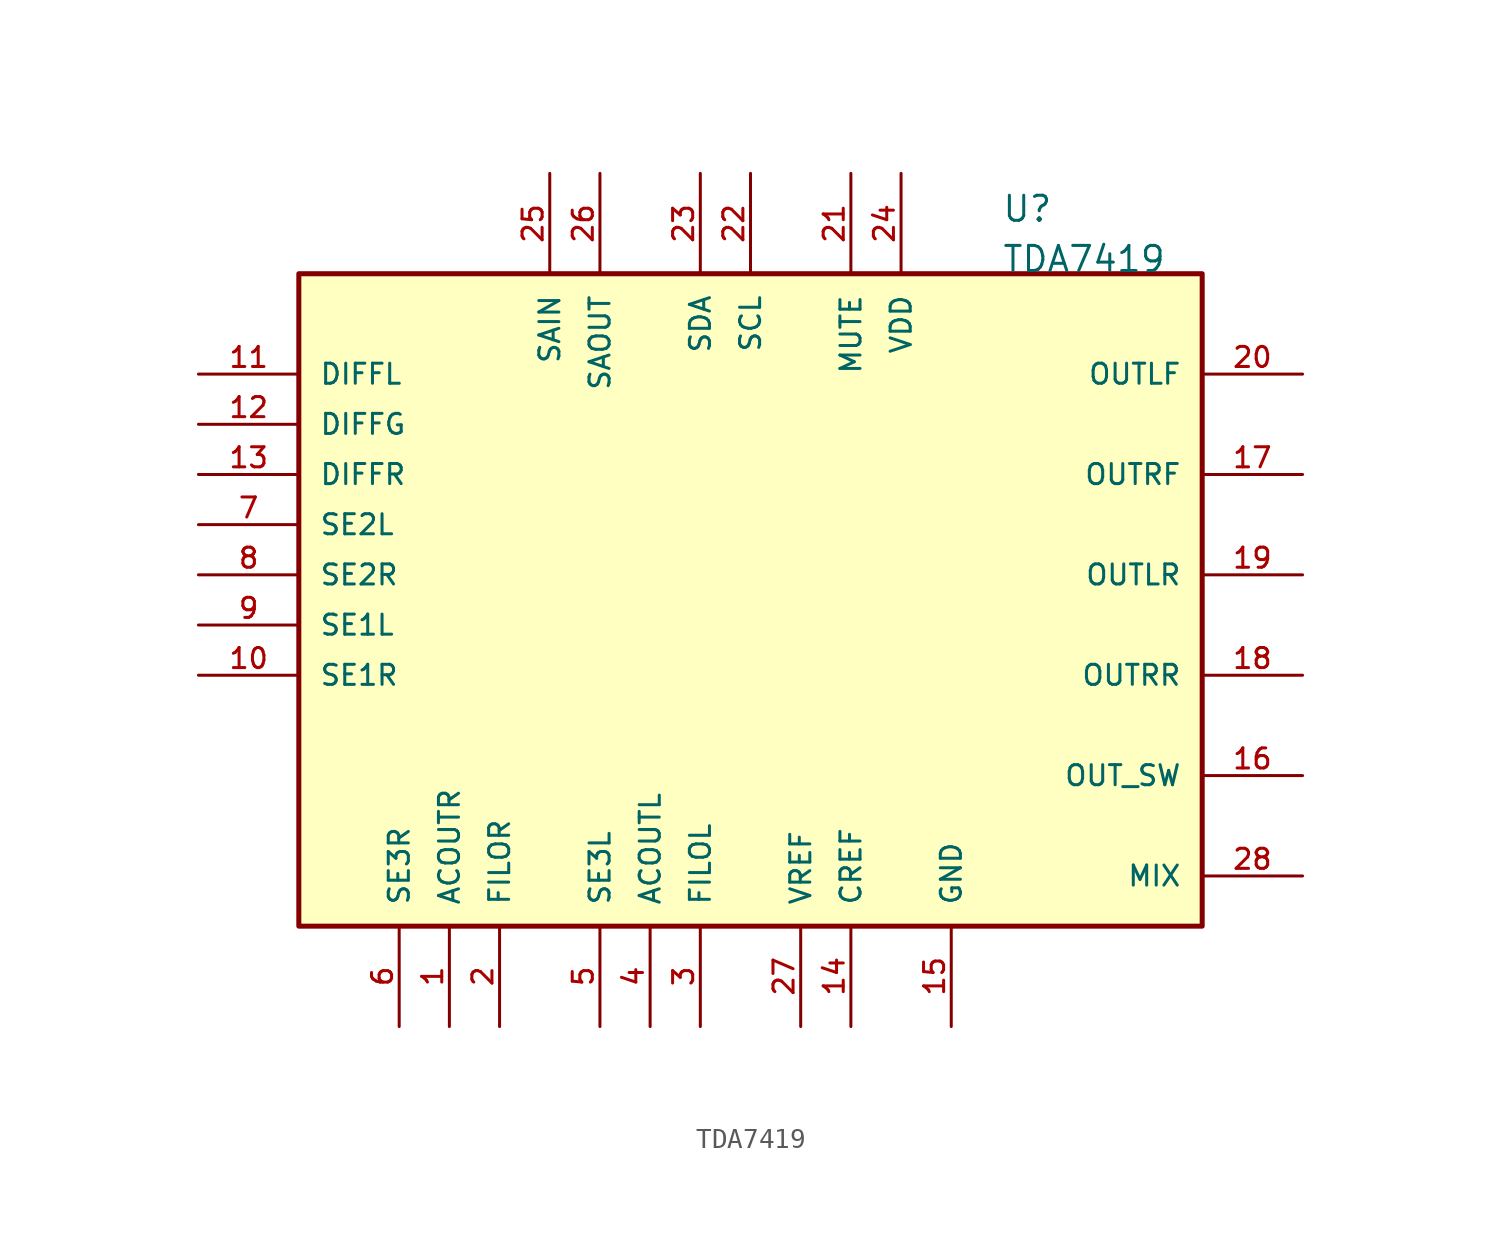
<source format=kicad_sym>
(kicad_symbol_lib
  (version 20220914)
  (generator kicad_symbol_editor)
  (symbol "TDA7419"
    (pin_names
      (offset 1.016))
    (property "Reference" "U"
      (at 12.7 17.78 0)
      (effects (font (size 1.27 1.27)) (justify left bottom)))
    (property "Value" "TDA7419"
      (at 12.7 15.24 0)
      (effects (font (size 1.27 1.27)) (justify left bottom)))
    (symbol "TDA7419_0_0"
      (rectangle (start -22.86 -17.78) (end 22.86 15.24) (stroke (width 0.254) (type default)) (fill (type background)))
      (pin bidirectional line (at -15.24 -22.86 90) (length 5.08) (name "ACOUTR" (effects (font (size 1.016 1.016)))) (number "1" (effects (font (size 1.016 1.016)))))
      (pin bidirectional line (at -27.94 -5.08 0) (length 5.08) (name "SE1R" (effects (font (size 1.016 1.016)))) (number "10" (effects (font (size 1.016 1.016)))))
      (pin bidirectional line (at -27.94 10.16 0) (length 5.08) (name "DIFFL" (effects (font (size 1.016 1.016)))) (number "11" (effects (font (size 1.016 1.016)))))
      (pin bidirectional line (at -27.94 7.62 0) (length 5.08) (name "DIFFG" (effects (font (size 1.016 1.016)))) (number "12" (effects (font (size 1.016 1.016)))))
      (pin bidirectional line (at -27.94 5.08 0) (length 5.08) (name "DIFFR" (effects (font (size 1.016 1.016)))) (number "13" (effects (font (size 1.016 1.016)))))
      (pin bidirectional line (at 5.08 -22.86 90) (length 5.08) (name "CREF" (effects (font (size 1.016 1.016)))) (number "14" (effects (font (size 1.016 1.016)))))
      (pin bidirectional line (at 10.16 -22.86 90) (length 5.08) (name "GND" (effects (font (size 1.016 1.016)))) (number "15" (effects (font (size 1.016 1.016)))))
      (pin bidirectional line (at 27.94 -10.16 180) (length 5.08) (name "OUT_SW" (effects (font (size 1.016 1.016)))) (number "16" (effects (font (size 1.016 1.016)))))
      (pin bidirectional line (at 27.94 5.08 180) (length 5.08) (name "OUTRF" (effects (font (size 1.016 1.016)))) (number "17" (effects (font (size 1.016 1.016)))))
      (pin bidirectional line (at 27.94 -5.08 180) (length 5.08) (name "OUTRR" (effects (font (size 1.016 1.016)))) (number "18" (effects (font (size 1.016 1.016)))))
      (pin bidirectional line (at 27.94 0 180) (length 5.08) (name "OUTLR" (effects (font (size 1.016 1.016)))) (number "19" (effects (font (size 1.016 1.016)))))
      (pin bidirectional line (at -12.7 -22.86 90) (length 5.08) (name "FILOR" (effects (font (size 1.016 1.016)))) (number "2" (effects (font (size 1.016 1.016)))))
      (pin bidirectional line (at 27.94 10.16 180) (length 5.08) (name "OUTLF" (effects (font (size 1.016 1.016)))) (number "20" (effects (font (size 1.016 1.016)))))
      (pin bidirectional line (at 5.08 20.32 270) (length 5.08) (name "MUTE" (effects (font (size 1.016 1.016)))) (number "21" (effects (font (size 1.016 1.016)))))
      (pin bidirectional line (at 0 20.32 270) (length 5.08) (name "SCL" (effects (font (size 1.016 1.016)))) (number "22" (effects (font (size 1.016 1.016)))))
      (pin bidirectional line (at -2.54 20.32 270) (length 5.08) (name "SDA" (effects (font (size 1.016 1.016)))) (number "23" (effects (font (size 1.016 1.016)))))
      (pin bidirectional line (at 7.62 20.32 270) (length 5.08) (name "VDD" (effects (font (size 1.016 1.016)))) (number "24" (effects (font (size 1.016 1.016)))))
      (pin bidirectional line (at -10.16 20.32 270) (length 5.08) (name "SAIN" (effects (font (size 1.016 1.016)))) (number "25" (effects (font (size 1.016 1.016)))))
      (pin bidirectional line (at -7.62 20.32 270) (length 5.08) (name "SAOUT" (effects (font (size 1.016 1.016)))) (number "26" (effects (font (size 1.016 1.016)))))
      (pin bidirectional line (at 2.54 -22.86 90) (length 5.08) (name "VREF" (effects (font (size 1.016 1.016)))) (number "27" (effects (font (size 1.016 1.016)))))
      (pin bidirectional line (at 27.94 -15.24 180) (length 5.08) (name "MIX" (effects (font (size 1.016 1.016)))) (number "28" (effects (font (size 1.016 1.016)))))
      (pin bidirectional line (at -2.54 -22.86 90) (length 5.08) (name "FILOL" (effects (font (size 1.016 1.016)))) (number "3" (effects (font (size 1.016 1.016)))))
      (pin bidirectional line (at -5.08 -22.86 90) (length 5.08) (name "ACOUTL" (effects (font (size 1.016 1.016)))) (number "4" (effects (font (size 1.016 1.016)))))
      (pin bidirectional line (at -7.62 -22.86 90) (length 5.08) (name "SE3L" (effects (font (size 1.016 1.016)))) (number "5" (effects (font (size 1.016 1.016)))))
      (pin bidirectional line (at -17.78 -22.86 90) (length 5.08) (name "SE3R" (effects (font (size 1.016 1.016)))) (number "6" (effects (font (size 1.016 1.016)))))
      (pin bidirectional line (at -27.94 2.54 0) (length 5.08) (name "SE2L" (effects (font (size 1.016 1.016)))) (number "7" (effects (font (size 1.016 1.016)))))
      (pin bidirectional line (at -27.94 0 0) (length 5.08) (name "SE2R" (effects (font (size 1.016 1.016)))) (number "8" (effects (font (size 1.016 1.016)))))
      (pin bidirectional line (at -27.94 -2.54 0) (length 5.08) (name "SE1L" (effects (font (size 1.016 1.016)))) (number "9" (effects (font (size 1.016 1.016))))))))
</source>
